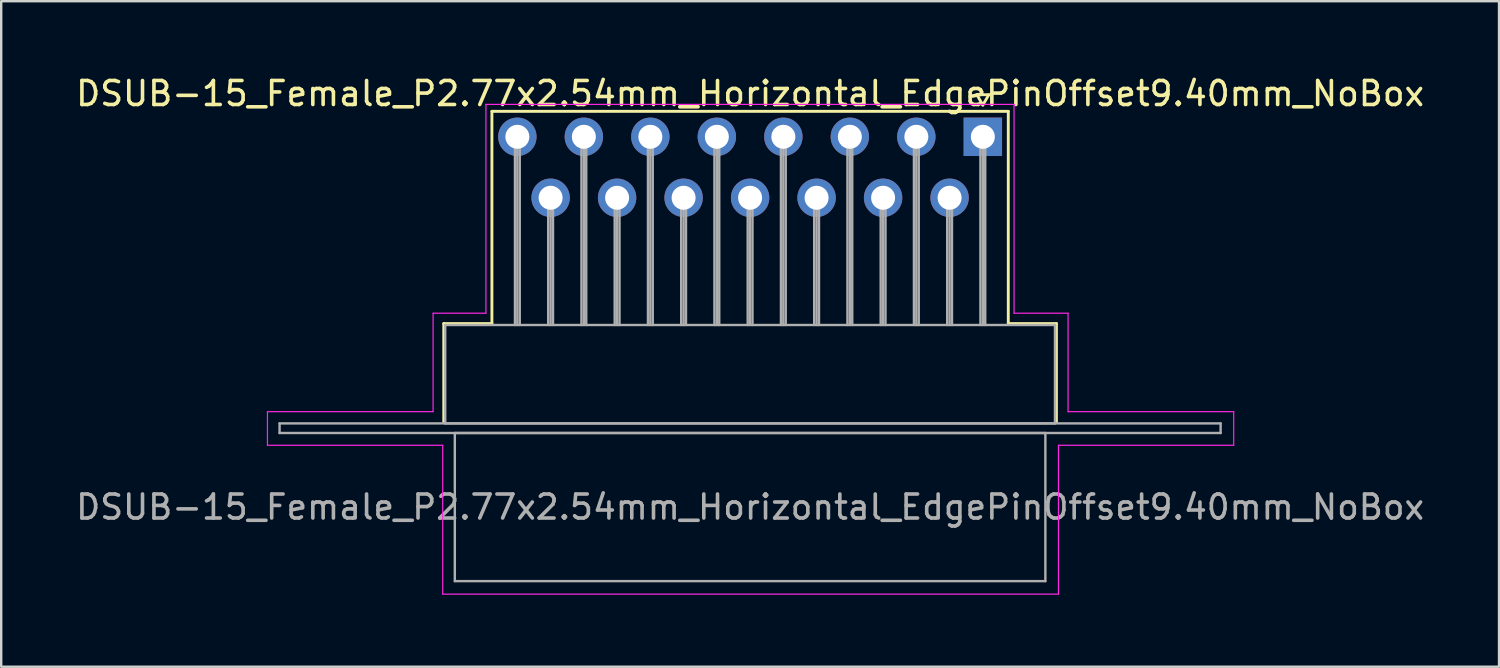
<source format=kicad_pcb>
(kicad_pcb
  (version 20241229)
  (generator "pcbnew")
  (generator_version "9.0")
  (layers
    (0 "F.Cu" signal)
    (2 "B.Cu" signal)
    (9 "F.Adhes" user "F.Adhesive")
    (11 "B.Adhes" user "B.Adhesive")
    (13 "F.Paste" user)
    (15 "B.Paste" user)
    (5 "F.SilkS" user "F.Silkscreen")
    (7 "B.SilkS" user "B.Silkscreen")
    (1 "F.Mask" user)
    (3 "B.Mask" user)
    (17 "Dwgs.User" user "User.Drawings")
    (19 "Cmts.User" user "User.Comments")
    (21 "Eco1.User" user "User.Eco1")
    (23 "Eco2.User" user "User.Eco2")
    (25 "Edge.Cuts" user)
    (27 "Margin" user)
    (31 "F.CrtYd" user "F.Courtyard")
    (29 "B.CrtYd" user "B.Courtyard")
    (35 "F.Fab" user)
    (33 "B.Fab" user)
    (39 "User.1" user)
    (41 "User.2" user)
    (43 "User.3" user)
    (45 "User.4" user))
  (footprint "DSUB-15_Female_P2.77x2.54mm_Horizontal_EdgePinOffset9.40mm_NoBox"
    (layer "F.Cu")
    (at 37.891 2.648)
    (property "Reference" "DSUB-15_Female_P2.77x2.54mm_Horizontal_EdgePinOffset9.40mm_NoBox" (at -9.695 -1.8 0) (layer "F.SilkS") (effects (font (size 1 1) (thickness 0.15))))
    (attr through_hole)
    (fp_line (start -22.455 7.78) (end -20.45 7.78) (stroke (width 0.12) (type solid)) (layer "F.SilkS"))
    (fp_line (start -22.455 11.88) (end -22.455 7.78) (stroke (width 0.12) (type solid)) (layer "F.SilkS"))
    (fp_line (start -20.45 -1.06) (end 1.06 -1.06) (stroke (width 0.12) (type solid)) (layer "F.SilkS"))
    (fp_line (start -20.45 7.78) (end -20.45 -1.06) (stroke (width 0.12) (type solid)) (layer "F.SilkS"))
    (fp_line (start -0.25 -1.754) (end 0.25 -1.754) (stroke (width 0.12) (type solid)) (layer "F.SilkS"))
    (fp_line (start 0 -1.321) (end -0.25 -1.754) (stroke (width 0.12) (type solid)) (layer "F.SilkS"))
    (fp_line (start 0.25 -1.754) (end 0 -1.321) (stroke (width 0.12) (type solid)) (layer "F.SilkS"))
    (fp_line (start 1.06 -1.06) (end 1.06 7.78) (stroke (width 0.12) (type solid)) (layer "F.SilkS"))
    (fp_line (start 1.06 7.78) (end 3.065 7.78) (stroke (width 0.12) (type solid)) (layer "F.SilkS"))
    (fp_line (start 3.065 7.78) (end 3.065 11.88) (stroke (width 0.12) (type solid)) (layer "F.SilkS"))
    (fp_line (start -29.8 11.45) (end -22.9 11.45) (stroke (width 0.05) (type solid)) (layer "F.CrtYd"))
    (fp_line (start -29.8 12.85) (end -29.8 11.45) (stroke (width 0.05) (type solid)) (layer "F.CrtYd"))
    (fp_line (start -22.9 7.35) (end -20.7 7.35) (stroke (width 0.05) (type solid)) (layer "F.CrtYd"))
    (fp_line (start -22.9 11.45) (end -22.9 7.35) (stroke (width 0.05) (type solid)) (layer "F.CrtYd"))
    (fp_line (start -22.5 12.85) (end -29.8 12.85) (stroke (width 0.05) (type solid)) (layer "F.CrtYd"))
    (fp_line (start -22.5 19.05) (end -22.5 12.85) (stroke (width 0.05) (type solid)) (layer "F.CrtYd"))
    (fp_line (start -20.7 -1.35) (end 1.3 -1.35) (stroke (width 0.05) (type solid)) (layer "F.CrtYd"))
    (fp_line (start -20.7 7.35) (end -20.7 -1.35) (stroke (width 0.05) (type solid)) (layer "F.CrtYd"))
    (fp_line (start 1.3 -1.35) (end 1.3 7.35) (stroke (width 0.05) (type solid)) (layer "F.CrtYd"))
    (fp_line (start 1.3 7.35) (end 3.55 7.35) (stroke (width 0.05) (type solid)) (layer "F.CrtYd"))
    (fp_line (start 3.15 12.85) (end 3.15 19.05) (stroke (width 0.05) (type solid)) (layer "F.CrtYd"))
    (fp_line (start 3.15 19.05) (end -22.5 19.05) (stroke (width 0.05) (type solid)) (layer "F.CrtYd"))
    (fp_line (start 3.55 7.35) (end 3.55 11.45) (stroke (width 0.05) (type solid)) (layer "F.CrtYd"))
    (fp_line (start 3.55 11.45) (end 10.45 11.45) (stroke (width 0.05) (type solid)) (layer "F.CrtYd"))
    (fp_line (start 10.45 11.45) (end 10.45 12.85) (stroke (width 0.05) (type solid)) (layer "F.CrtYd"))
    (fp_line (start 10.45 12.85) (end 3.15 12.85) (stroke (width 0.05) (type solid)) (layer "F.CrtYd"))
    (fp_line (start -29.295 11.94) (end -29.295 12.34) (stroke (width 0.1) (type solid)) (layer "F.Fab"))
    (fp_line (start -29.295 12.34) (end 9.905 12.34) (stroke (width 0.1) (type solid)) (layer "F.Fab"))
    (fp_line (start -22.395 7.84) (end -22.395 11.94) (stroke (width 0.1) (type solid)) (layer "F.Fab"))
    (fp_line (start -22.395 11.94) (end 3.005 11.94) (stroke (width 0.1) (type solid)) (layer "F.Fab"))
    (fp_line (start -21.995 12.34) (end -21.995 18.51) (stroke (width 0.1) (type solid)) (layer "F.Fab"))
    (fp_line (start -21.995 18.51) (end 2.605 18.51) (stroke (width 0.1) (type solid)) (layer "F.Fab"))
    (fp_line (start -19.49 0) (end -19.49 7.84) (stroke (width 0.1) (type solid)) (layer "F.Fab"))
    (fp_line (start -19.39 0) (end -19.39 7.84) (stroke (width 0.1) (type solid)) (layer "F.Fab"))
    (fp_line (start -19.29 0) (end -19.29 7.84) (stroke (width 0.1) (type solid)) (layer "F.Fab"))
    (fp_line (start -18.105 2.54) (end -18.105 7.84) (stroke (width 0.1) (type solid)) (layer "F.Fab"))
    (fp_line (start -18.005 2.54) (end -18.005 7.84) (stroke (width 0.1) (type solid)) (layer "F.Fab"))
    (fp_line (start -17.905 2.54) (end -17.905 7.84) (stroke (width 0.1) (type solid)) (layer "F.Fab"))
    (fp_line (start -16.72 0) (end -16.72 7.84) (stroke (width 0.1) (type solid)) (layer "F.Fab"))
    (fp_line (start -16.62 0) (end -16.62 7.84) (stroke (width 0.1) (type solid)) (layer "F.Fab"))
    (fp_line (start -16.52 0) (end -16.52 7.84) (stroke (width 0.1) (type solid)) (layer "F.Fab"))
    (fp_line (start -15.335 2.54) (end -15.335 7.84) (stroke (width 0.1) (type solid)) (layer "F.Fab"))
    (fp_line (start -15.235 2.54) (end -15.235 7.84) (stroke (width 0.1) (type solid)) (layer "F.Fab"))
    (fp_line (start -15.135 2.54) (end -15.135 7.84) (stroke (width 0.1) (type solid)) (layer "F.Fab"))
    (fp_line (start -13.95 0) (end -13.95 7.84) (stroke (width 0.1) (type solid)) (layer "F.Fab"))
    (fp_line (start -13.85 0) (end -13.85 7.84) (stroke (width 0.1) (type solid)) (layer "F.Fab"))
    (fp_line (start -13.75 0) (end -13.75 7.84) (stroke (width 0.1) (type solid)) (layer "F.Fab"))
    (fp_line (start -12.565 2.54) (end -12.565 7.84) (stroke (width 0.1) (type solid)) (layer "F.Fab"))
    (fp_line (start -12.465 2.54) (end -12.465 7.84) (stroke (width 0.1) (type solid)) (layer "F.Fab"))
    (fp_line (start -12.365 2.54) (end -12.365 7.84) (stroke (width 0.1) (type solid)) (layer "F.Fab"))
    (fp_line (start -11.18 0) (end -11.18 7.84) (stroke (width 0.1) (type solid)) (layer "F.Fab"))
    (fp_line (start -11.08 0) (end -11.08 7.84) (stroke (width 0.1) (type solid)) (layer "F.Fab"))
    (fp_line (start -10.98 0) (end -10.98 7.84) (stroke (width 0.1) (type solid)) (layer "F.Fab"))
    (fp_line (start -9.795 2.54) (end -9.795 7.84) (stroke (width 0.1) (type solid)) (layer "F.Fab"))
    (fp_line (start -9.695 2.54) (end -9.695 7.84) (stroke (width 0.1) (type solid)) (layer "F.Fab"))
    (fp_line (start -9.595 2.54) (end -9.595 7.84) (stroke (width 0.1) (type solid)) (layer "F.Fab"))
    (fp_line (start -8.41 0) (end -8.41 7.84) (stroke (width 0.1) (type solid)) (layer "F.Fab"))
    (fp_line (start -8.31 0) (end -8.31 7.84) (stroke (width 0.1) (type solid)) (layer "F.Fab"))
    (fp_line (start -8.21 0) (end -8.21 7.84) (stroke (width 0.1) (type solid)) (layer "F.Fab"))
    (fp_line (start -7.025 2.54) (end -7.025 7.84) (stroke (width 0.1) (type solid)) (layer "F.Fab"))
    (fp_line (start -6.925 2.54) (end -6.925 7.84) (stroke (width 0.1) (type solid)) (layer "F.Fab"))
    (fp_line (start -6.825 2.54) (end -6.825 7.84) (stroke (width 0.1) (type solid)) (layer "F.Fab"))
    (fp_line (start -5.64 0) (end -5.64 7.84) (stroke (width 0.1) (type solid)) (layer "F.Fab"))
    (fp_line (start -5.54 0) (end -5.54 7.84) (stroke (width 0.1) (type solid)) (layer "F.Fab"))
    (fp_line (start -5.44 0) (end -5.44 7.84) (stroke (width 0.1) (type solid)) (layer "F.Fab"))
    (fp_line (start -4.255 2.54) (end -4.255 7.84) (stroke (width 0.1) (type solid)) (layer "F.Fab"))
    (fp_line (start -4.155 2.54) (end -4.155 7.84) (stroke (width 0.1) (type solid)) (layer "F.Fab"))
    (fp_line (start -4.055 2.54) (end -4.055 7.84) (stroke (width 0.1) (type solid)) (layer "F.Fab"))
    (fp_line (start -2.87 0) (end -2.87 7.84) (stroke (width 0.1) (type solid)) (layer "F.Fab"))
    (fp_line (start -2.77 0) (end -2.77 7.84) (stroke (width 0.1) (type solid)) (layer "F.Fab"))
    (fp_line (start -2.67 0) (end -2.67 7.84) (stroke (width 0.1) (type solid)) (layer "F.Fab"))
    (fp_line (start -1.485 2.54) (end -1.485 7.84) (stroke (width 0.1) (type solid)) (layer "F.Fab"))
    (fp_line (start -1.385 2.54) (end -1.385 7.84) (stroke (width 0.1) (type solid)) (layer "F.Fab"))
    (fp_line (start -1.285 2.54) (end -1.285 7.84) (stroke (width 0.1) (type solid)) (layer "F.Fab"))
    (fp_line (start -0.1 0) (end -0.1 7.84) (stroke (width 0.1) (type solid)) (layer "F.Fab"))
    (fp_line (start 0 0) (end 0 7.84) (stroke (width 0.1) (type solid)) (layer "F.Fab"))
    (fp_line (start 0.1 0) (end 0.1 7.84) (stroke (width 0.1) (type solid)) (layer "F.Fab"))
    (fp_line (start 2.605 12.34) (end -21.995 12.34) (stroke (width 0.1) (type solid)) (layer "F.Fab"))
    (fp_line (start 2.605 18.51) (end 2.605 12.34) (stroke (width 0.1) (type solid)) (layer "F.Fab"))
    (fp_line (start 3.005 7.84) (end -22.395 7.84) (stroke (width 0.1) (type solid)) (layer "F.Fab"))
    (fp_line (start 3.005 11.94) (end 3.005 7.84) (stroke (width 0.1) (type solid)) (layer "F.Fab"))
    (fp_line (start 9.905 11.94) (end -29.295 11.94) (stroke (width 0.1) (type solid)) (layer "F.Fab"))
    (fp_line (start 9.905 12.34) (end 9.905 11.94) (stroke (width 0.1) (type solid)) (layer "F.Fab"))
    (fp_text user "${REFERENCE}" (at -9.695 15.425 0) (layer "F.Fab") (effects (font (size 1 1) (thickness 0.15))))
    (pad "1" thru_hole rect (at 0 0) (size 1.6 1.6) (drill 1) (layers "*.Cu" "*.Mask"))
    (pad "2" thru_hole circle (at -2.77 0) (size 1.6 1.6) (drill 1) (layers "*.Cu" "*.Mask"))
    (pad "3" thru_hole circle (at -5.54 0) (size 1.6 1.6) (drill 1) (layers "*.Cu" "*.Mask"))
    (pad "4" thru_hole circle (at -8.31 0) (size 1.6 1.6) (drill 1) (layers "*.Cu" "*.Mask"))
    (pad "5" thru_hole circle (at -11.08 0) (size 1.6 1.6) (drill 1) (layers "*.Cu" "*.Mask"))
    (pad "6" thru_hole circle (at -13.85 0) (size 1.6 1.6) (drill 1) (layers "*.Cu" "*.Mask"))
    (pad "7" thru_hole circle (at -16.62 0) (size 1.6 1.6) (drill 1) (layers "*.Cu" "*.Mask"))
    (pad "8" thru_hole circle (at -19.39 0) (size 1.6 1.6) (drill 1) (layers "*.Cu" "*.Mask"))
    (pad "9" thru_hole circle (at -1.385 2.54) (size 1.6 1.6) (drill 1) (layers "*.Cu" "*.Mask"))
    (pad "10" thru_hole circle (at -4.155 2.54) (size 1.6 1.6) (drill 1) (layers "*.Cu" "*.Mask"))
    (pad "11" thru_hole circle (at -6.925 2.54) (size 1.6 1.6) (drill 1) (layers "*.Cu" "*.Mask"))
    (pad "12" thru_hole circle (at -9.695 2.54) (size 1.6 1.6) (drill 1) (layers "*.Cu" "*.Mask"))
    (pad "13" thru_hole circle (at -12.465 2.54) (size 1.6 1.6) (drill 1) (layers "*.Cu" "*.Mask"))
    (pad "14" thru_hole circle (at -15.235 2.54) (size 1.6 1.6) (drill 1) (layers "*.Cu" "*.Mask"))
    (pad "15" thru_hole circle (at -18.005 2.54) (size 1.6 1.6) (drill 1) (layers "*.Cu" "*.Mask")))
  (gr_rect
    (start -3 -3)
    (end 59.393 24.723)
    (stroke (width 0.1) (type default))
    (fill no)
    (layer "Edge.Cuts")))
</source>
